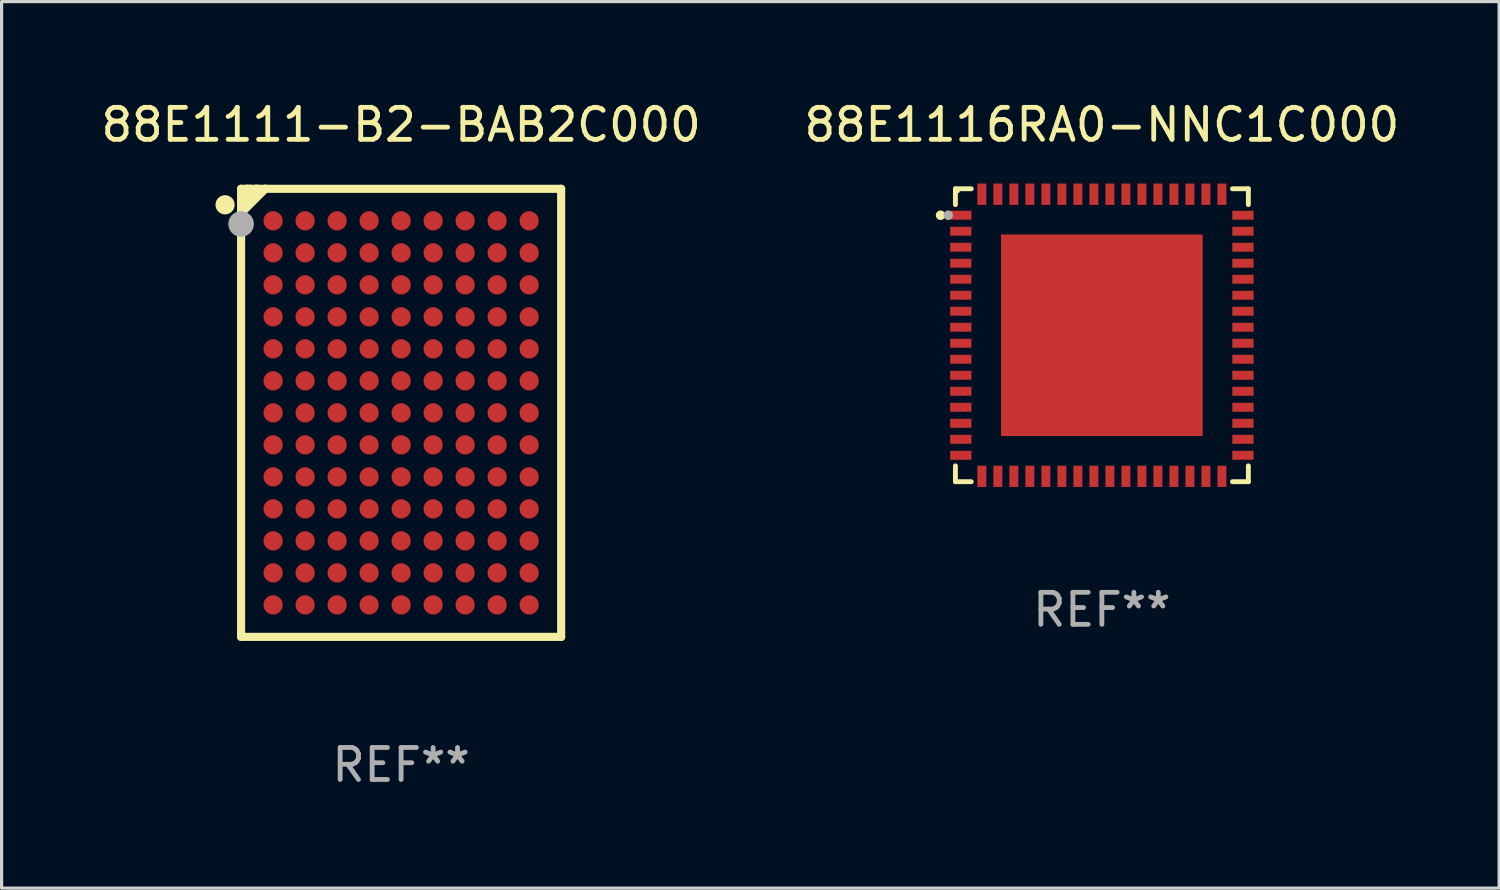
<source format=kicad_pcb>
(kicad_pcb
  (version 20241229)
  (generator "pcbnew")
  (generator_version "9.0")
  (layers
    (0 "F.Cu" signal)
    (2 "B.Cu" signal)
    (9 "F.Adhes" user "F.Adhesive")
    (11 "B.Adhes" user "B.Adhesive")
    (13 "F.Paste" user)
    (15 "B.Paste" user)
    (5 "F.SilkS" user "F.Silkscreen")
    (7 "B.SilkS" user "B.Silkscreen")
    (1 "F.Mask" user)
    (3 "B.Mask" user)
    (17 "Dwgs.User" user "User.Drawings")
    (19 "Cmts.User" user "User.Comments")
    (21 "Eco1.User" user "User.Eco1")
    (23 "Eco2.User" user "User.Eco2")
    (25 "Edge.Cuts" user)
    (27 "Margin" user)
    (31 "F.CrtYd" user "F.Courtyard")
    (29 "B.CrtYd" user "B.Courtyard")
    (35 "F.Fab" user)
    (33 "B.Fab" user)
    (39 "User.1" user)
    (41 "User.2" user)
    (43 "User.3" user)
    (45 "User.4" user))
  (footprint "88E1116RA0-NNC1C000"
    (layer "F.Cu")
    (at 31.375 7.424)
    (property "Reference" "88E1116RA0-NNC1C000" (at 0 -6.576 0) (layer "F.SilkS") (effects (font (size 1 1) (thickness 0.15))))
    (attr through_hole)
    (fp_line (start -4.576 -4.576) (end -4.576 -4.081) (stroke (width 0.152) (type solid)) (layer "F.SilkS"))
    (fp_line (start -4.576 4.576) (end -4.576 4.08) (stroke (width 0.152) (type solid)) (layer "F.SilkS"))
    (fp_line (start -4.081 -4.576) (end -4.576 -4.576) (stroke (width 0.152) (type solid)) (layer "F.SilkS"))
    (fp_line (start -4.081 4.576) (end -4.576 4.576) (stroke (width 0.152) (type solid)) (layer "F.SilkS"))
    (fp_line (start 4.08 -4.576) (end 4.576 -4.576) (stroke (width 0.152) (type solid)) (layer "F.SilkS"))
    (fp_line (start 4.08 4.576) (end 4.576 4.576) (stroke (width 0.152) (type solid)) (layer "F.SilkS"))
    (fp_line (start 4.576 -4.576) (end 4.576 -4.081) (stroke (width 0.152) (type solid)) (layer "F.SilkS"))
    (fp_line (start 4.576 4.576) (end 4.576 4.08) (stroke (width 0.152) (type solid)) (layer "F.SilkS"))
    (fp_circle (center -5.04 -3.75) (end -4.965 -3.75) (stroke (width 0.15) (type solid)) (fill no) (layer "F.SilkS"))
    (fp_circle (center -4.5 -4.5) (end -4.47 -4.5) (stroke (width 0.06) (type solid)) (fill no) (layer "F.SilkS"))
    (fp_circle (center -4.8 -3.75) (end -4.725 -3.75) (stroke (width 0.15) (type solid)) (fill no) (layer "F.Fab"))
    (fp_text user "REF**" (at 0 8.576 0) (layer "F.Fab") (effects (font (size 1 1) (thickness 0.15))))
    (pad "1" smd rect (at -4.407 -3.75) (size 0.665 0.28) (layers "F.Cu" "F.Mask" "F.Paste"))
    (pad "2" smd rect (at -4.407 -3.25) (size 0.665 0.28) (layers "F.Cu" "F.Mask" "F.Paste"))
    (pad "3" smd rect (at -4.407 -2.75) (size 0.665 0.28) (layers "F.Cu" "F.Mask" "F.Paste"))
    (pad "4" smd rect (at -4.407 -2.25) (size 0.665 0.28) (layers "F.Cu" "F.Mask" "F.Paste"))
    (pad "5" smd rect (at -4.407 -1.75) (size 0.665 0.28) (layers "F.Cu" "F.Mask" "F.Paste"))
    (pad "6" smd rect (at -4.407 -1.25) (size 0.665 0.28) (layers "F.Cu" "F.Mask" "F.Paste"))
    (pad "7" smd rect (at -4.407 -0.75) (size 0.665 0.28) (layers "F.Cu" "F.Mask" "F.Paste"))
    (pad "8" smd rect (at -4.407 -0.25) (size 0.665 0.28) (layers "F.Cu" "F.Mask" "F.Paste"))
    (pad "9" smd rect (at -4.407 0.25) (size 0.665 0.28) (layers "F.Cu" "F.Mask" "F.Paste"))
    (pad "10" smd rect (at -4.407 0.75) (size 0.665 0.28) (layers "F.Cu" "F.Mask" "F.Paste"))
    (pad "11" smd rect (at -4.407 1.25) (size 0.665 0.28) (layers "F.Cu" "F.Mask" "F.Paste"))
    (pad "12" smd rect (at -4.407 1.75) (size 0.665 0.28) (layers "F.Cu" "F.Mask" "F.Paste"))
    (pad "13" smd rect (at -4.407 2.25) (size 0.665 0.28) (layers "F.Cu" "F.Mask" "F.Paste"))
    (pad "14" smd rect (at -4.407 2.75) (size 0.665 0.28) (layers "F.Cu" "F.Mask" "F.Paste"))
    (pad "15" smd rect (at -4.407 3.25) (size 0.665 0.28) (layers "F.Cu" "F.Mask" "F.Paste"))
    (pad "16" smd rect (at -4.407 3.75) (size 0.665 0.28) (layers "F.Cu" "F.Mask" "F.Paste"))
    (pad "17" smd rect (at -3.75 4.407) (size 0.28 0.665) (layers "F.Cu" "F.Mask" "F.Paste"))
    (pad "18" smd rect (at -3.25 4.407) (size 0.28 0.665) (layers "F.Cu" "F.Mask" "F.Paste"))
    (pad "19" smd rect (at -2.75 4.407) (size 0.28 0.665) (layers "F.Cu" "F.Mask" "F.Paste"))
    (pad "20" smd rect (at -2.25 4.407) (size 0.28 0.665) (layers "F.Cu" "F.Mask" "F.Paste"))
    (pad "21" smd rect (at -1.75 4.407) (size 0.28 0.665) (layers "F.Cu" "F.Mask" "F.Paste"))
    (pad "22" smd rect (at -1.25 4.407) (size 0.28 0.665) (layers "F.Cu" "F.Mask" "F.Paste"))
    (pad "23" smd rect (at -0.75 4.407) (size 0.28 0.665) (layers "F.Cu" "F.Mask" "F.Paste"))
    (pad "24" smd rect (at -0.25 4.407) (size 0.28 0.665) (layers "F.Cu" "F.Mask" "F.Paste"))
    (pad "25" smd rect (at 0.25 4.407) (size 0.28 0.665) (layers "F.Cu" "F.Mask" "F.Paste"))
    (pad "26" smd rect (at 0.75 4.407) (size 0.28 0.665) (layers "F.Cu" "F.Mask" "F.Paste"))
    (pad "27" smd rect (at 1.25 4.407) (size 0.28 0.665) (layers "F.Cu" "F.Mask" "F.Paste"))
    (pad "28" smd rect (at 1.75 4.407) (size 0.28 0.665) (layers "F.Cu" "F.Mask" "F.Paste"))
    (pad "29" smd rect (at 2.25 4.407) (size 0.28 0.665) (layers "F.Cu" "F.Mask" "F.Paste"))
    (pad "30" smd rect (at 2.75 4.407) (size 0.28 0.665) (layers "F.Cu" "F.Mask" "F.Paste"))
    (pad "31" smd rect (at 3.25 4.407) (size 0.28 0.665) (layers "F.Cu" "F.Mask" "F.Paste"))
    (pad "32" smd rect (at 3.75 4.407) (size 0.28 0.665) (layers "F.Cu" "F.Mask" "F.Paste"))
    (pad "33" smd rect (at 4.407 3.75) (size 0.665 0.28) (layers "F.Cu" "F.Mask" "F.Paste"))
    (pad "34" smd rect (at 4.407 3.25) (size 0.665 0.28) (layers "F.Cu" "F.Mask" "F.Paste"))
    (pad "35" smd rect (at 4.407 2.75) (size 0.665 0.28) (layers "F.Cu" "F.Mask" "F.Paste"))
    (pad "36" smd rect (at 4.407 2.25) (size 0.665 0.28) (layers "F.Cu" "F.Mask" "F.Paste"))
    (pad "37" smd rect (at 4.407 1.75) (size 0.665 0.28) (layers "F.Cu" "F.Mask" "F.Paste"))
    (pad "38" smd rect (at 4.407 1.25) (size 0.665 0.28) (layers "F.Cu" "F.Mask" "F.Paste"))
    (pad "39" smd rect (at 4.407 0.75) (size 0.665 0.28) (layers "F.Cu" "F.Mask" "F.Paste"))
    (pad "40" smd rect (at 4.407 0.25) (size 0.665 0.28) (layers "F.Cu" "F.Mask" "F.Paste"))
    (pad "41" smd rect (at 4.407 -0.25) (size 0.665 0.28) (layers "F.Cu" "F.Mask" "F.Paste"))
    (pad "42" smd rect (at 4.407 -0.75) (size 0.665 0.28) (layers "F.Cu" "F.Mask" "F.Paste"))
    (pad "43" smd rect (at 4.407 -1.25) (size 0.665 0.28) (layers "F.Cu" "F.Mask" "F.Paste"))
    (pad "44" smd rect (at 4.407 -1.75) (size 0.665 0.28) (layers "F.Cu" "F.Mask" "F.Paste"))
    (pad "45" smd rect (at 4.407 -2.25) (size 0.665 0.28) (layers "F.Cu" "F.Mask" "F.Paste"))
    (pad "46" smd rect (at 4.407 -2.75) (size 0.665 0.28) (layers "F.Cu" "F.Mask" "F.Paste"))
    (pad "47" smd rect (at 4.407 -3.25) (size 0.665 0.28) (layers "F.Cu" "F.Mask" "F.Paste"))
    (pad "48" smd rect (at 4.407 -3.75) (size 0.665 0.28) (layers "F.Cu" "F.Mask" "F.Paste"))
    (pad "49" smd rect (at 3.75 -4.407) (size 0.28 0.665) (layers "F.Cu" "F.Mask" "F.Paste"))
    (pad "50" smd rect (at 3.25 -4.407) (size 0.28 0.665) (layers "F.Cu" "F.Mask" "F.Paste"))
    (pad "51" smd rect (at 2.75 -4.407) (size 0.28 0.665) (layers "F.Cu" "F.Mask" "F.Paste"))
    (pad "52" smd rect (at 2.25 -4.407) (size 0.28 0.665) (layers "F.Cu" "F.Mask" "F.Paste"))
    (pad "53" smd rect (at 1.75 -4.407) (size 0.28 0.665) (layers "F.Cu" "F.Mask" "F.Paste"))
    (pad "54" smd rect (at 1.25 -4.407) (size 0.28 0.665) (layers "F.Cu" "F.Mask" "F.Paste"))
    (pad "55" smd rect (at 0.75 -4.407) (size 0.28 0.665) (layers "F.Cu" "F.Mask" "F.Paste"))
    (pad "56" smd rect (at 0.25 -4.407) (size 0.28 0.665) (layers "F.Cu" "F.Mask" "F.Paste"))
    (pad "57" smd rect (at -0.25 -4.407) (size 0.28 0.665) (layers "F.Cu" "F.Mask" "F.Paste"))
    (pad "58" smd rect (at -0.75 -4.407) (size 0.28 0.665) (layers "F.Cu" "F.Mask" "F.Paste"))
    (pad "59" smd rect (at -1.25 -4.407) (size 0.28 0.665) (layers "F.Cu" "F.Mask" "F.Paste"))
    (pad "60" smd rect (at -1.75 -4.407) (size 0.28 0.665) (layers "F.Cu" "F.Mask" "F.Paste"))
    (pad "61" smd rect (at -2.25 -4.407) (size 0.28 0.665) (layers "F.Cu" "F.Mask" "F.Paste"))
    (pad "62" smd rect (at -2.75 -4.407) (size 0.28 0.665) (layers "F.Cu" "F.Mask" "F.Paste"))
    (pad "63" smd rect (at -3.25 -4.407) (size 0.28 0.665) (layers "F.Cu" "F.Mask" "F.Paste"))
    (pad "64" smd rect (at -3.75 -4.407) (size 0.28 0.665) (layers "F.Cu" "F.Mask" "F.Paste"))
    (pad "65" smd rect (at -0.000025 0) (size 6.3 6.3) (layers "F.Cu" "F.Mask" "F.Paste")))
  (footprint "88E1111-B2-BAB2C000"
    (layer "F.Cu")
    (at 9.482 9.848)
    (property "Reference" "88E1111-B2-BAB2C000" (at 0 -9 0) (layer "F.SilkS") (effects (font (size 1 1) (thickness 0.15))))
    (attr through_hole)
    (fp_line (start -5 -7) (end -5 7) (stroke (width 0.254) (type solid)) (layer "F.SilkS"))
    (fp_line (start -5 -7) (end 5 -7) (stroke (width 0.254) (type solid)) (layer "F.SilkS"))
    (fp_line (start -5 7) (end 5 7) (stroke (width 0.254) (type solid)) (layer "F.SilkS"))
    (fp_line (start -4.815 -7) (end -5 -6.815) (stroke (width 0.254) (type solid)) (layer "F.SilkS"))
    (fp_line (start -4.698 -7) (end -4.815 -7) (stroke (width 0.254) (type solid)) (layer "F.SilkS"))
    (fp_line (start -4.533 -7) (end -5 -6.533) (stroke (width 0.254) (type solid)) (layer "F.SilkS"))
    (fp_line (start -4.472 -7) (end -4.533 -7) (stroke (width 0.254) (type solid)) (layer "F.SilkS"))
    (fp_line (start -4.241 -7) (end -5 -6.241) (stroke (width 0.254) (type solid)) (layer "F.SilkS"))
    (fp_line (start -4.237 -7) (end -4.241 -7) (stroke (width 0.254) (type solid)) (layer "F.SilkS"))
    (fp_line (start 5 -7) (end 5 7) (stroke (width 0.254) (type solid)) (layer "F.SilkS"))
    (fp_circle (center -5.5 -6.5) (end -5.35 -6.5) (stroke (width 0.3) (type solid)) (fill no) (layer "F.SilkS"))
    (fp_circle (center -4.97 -6.97) (end -4.94 -6.97) (stroke (width 0.06) (type solid)) (fill no) (layer "F.SilkS"))
    (fp_circle (center -5 -5.9) (end -4.8 -5.9) (stroke (width 0.4) (type solid)) (fill no) (layer "F.Fab"))
    (fp_text user "REF**" (at 0 11 0) (layer "F.Fab") (effects (font (size 1 1) (thickness 0.15))))
    (pad "A1" smd circle (at -4 -6) (size 0.6 0.6) (layers "F.Cu" "F.Mask" "F.Paste"))
    (pad "A2" smd circle (at -3 -6) (size 0.6 0.6) (layers "F.Cu" "F.Mask" "F.Paste"))
    (pad "A3" smd circle (at -2 -6) (size 0.6 0.6) (layers "F.Cu" "F.Mask" "F.Paste"))
    (pad "A4" smd circle (at -1 -6) (size 0.6 0.6) (layers "F.Cu" "F.Mask" "F.Paste"))
    (pad "A5" smd circle (at -0.000025 -6) (size 0.6 0.6) (layers "F.Cu" "F.Mask" "F.Paste"))
    (pad "A6" smd circle (at 1 -6) (size 0.6 0.6) (layers "F.Cu" "F.Mask" "F.Paste"))
    (pad "A7" smd circle (at 2 -6) (size 0.6 0.6) (layers "F.Cu" "F.Mask" "F.Paste"))
    (pad "A8" smd circle (at 3 -6) (size 0.6 0.6) (layers "F.Cu" "F.Mask" "F.Paste"))
    (pad "A9" smd circle (at 4 -6) (size 0.6 0.6) (layers "F.Cu" "F.Mask" "F.Paste"))
    (pad "B1" smd circle (at -4 -5) (size 0.6 0.6) (layers "F.Cu" "F.Mask" "F.Paste"))
    (pad "B2" smd circle (at -3 -5) (size 0.6 0.6) (layers "F.Cu" "F.Mask" "F.Paste"))
    (pad "B3" smd circle (at -2 -5) (size 0.6 0.6) (layers "F.Cu" "F.Mask" "F.Paste"))
    (pad "B4" smd circle (at -1 -5) (size 0.6 0.6) (layers "F.Cu" "F.Mask" "F.Paste"))
    (pad "B5" smd circle (at -0.000025 -5) (size 0.6 0.6) (layers "F.Cu" "F.Mask" "F.Paste"))
    (pad "B6" smd circle (at 1 -5) (size 0.6 0.6) (layers "F.Cu" "F.Mask" "F.Paste"))
    (pad "B7" smd circle (at 2 -5) (size 0.6 0.6) (layers "F.Cu" "F.Mask" "F.Paste"))
    (pad "B8" smd circle (at 3 -5) (size 0.6 0.6) (layers "F.Cu" "F.Mask" "F.Paste"))
    (pad "B9" smd circle (at 4 -5) (size 0.6 0.6) (layers "F.Cu" "F.Mask" "F.Paste"))
    (pad "C1" smd circle (at -4 -4) (size 0.6 0.6) (layers "F.Cu" "F.Mask" "F.Paste"))
    (pad "C2" smd circle (at -3 -4) (size 0.6 0.6) (layers "F.Cu" "F.Mask" "F.Paste"))
    (pad "C3" smd circle (at -2 -4) (size 0.6 0.6) (layers "F.Cu" "F.Mask" "F.Paste"))
    (pad "C4" smd circle (at -1 -4) (size 0.6 0.6) (layers "F.Cu" "F.Mask" "F.Paste"))
    (pad "C5" smd circle (at -0.000025 -4) (size 0.6 0.6) (layers "F.Cu" "F.Mask" "F.Paste"))
    (pad "C6" smd circle (at 1 -4) (size 0.6 0.6) (layers "F.Cu" "F.Mask" "F.Paste"))
    (pad "C7" smd circle (at 2 -4) (size 0.6 0.6) (layers "F.Cu" "F.Mask" "F.Paste"))
    (pad "C8" smd circle (at 3 -4) (size 0.6 0.6) (layers "F.Cu" "F.Mask" "F.Paste"))
    (pad "C9" smd circle (at 4 -4) (size 0.6 0.6) (layers "F.Cu" "F.Mask" "F.Paste"))
    (pad "D1" smd circle (at -4 -3) (size 0.6 0.6) (layers "F.Cu" "F.Mask" "F.Paste"))
    (pad "D2" smd circle (at -3 -3) (size 0.6 0.6) (layers "F.Cu" "F.Mask" "F.Paste"))
    (pad "D3" smd circle (at -2 -3) (size 0.6 0.6) (layers "F.Cu" "F.Mask" "F.Paste"))
    (pad "D4" smd circle (at -1 -3) (size 0.6 0.6) (layers "F.Cu" "F.Mask" "F.Paste"))
    (pad "D5" smd circle (at -0.000025 -3) (size 0.6 0.6) (layers "F.Cu" "F.Mask" "F.Paste"))
    (pad "D6" smd circle (at 1 -3) (size 0.6 0.6) (layers "F.Cu" "F.Mask" "F.Paste"))
    (pad "D7" smd circle (at 2 -3) (size 0.6 0.6) (layers "F.Cu" "F.Mask" "F.Paste"))
    (pad "D8" smd circle (at 3 -3) (size 0.6 0.6) (layers "F.Cu" "F.Mask" "F.Paste"))
    (pad "D9" smd circle (at 4 -3) (size 0.6 0.6) (layers "F.Cu" "F.Mask" "F.Paste"))
    (pad "E1" smd circle (at -4 -2) (size 0.6 0.6) (layers "F.Cu" "F.Mask" "F.Paste"))
    (pad "E2" smd circle (at -3 -2) (size 0.6 0.6) (layers "F.Cu" "F.Mask" "F.Paste"))
    (pad "E3" smd circle (at -2 -2) (size 0.6 0.6) (layers "F.Cu" "F.Mask" "F.Paste"))
    (pad "E4" smd circle (at -1 -2) (size 0.6 0.6) (layers "F.Cu" "F.Mask" "F.Paste"))
    (pad "E5" smd circle (at -0.000025 -2) (size 0.6 0.6) (layers "F.Cu" "F.Mask" "F.Paste"))
    (pad "E6" smd circle (at 1 -2) (size 0.6 0.6) (layers "F.Cu" "F.Mask" "F.Paste"))
    (pad "E7" smd circle (at 2 -2) (size 0.6 0.6) (layers "F.Cu" "F.Mask" "F.Paste"))
    (pad "E8" smd circle (at 3 -2) (size 0.6 0.6) (layers "F.Cu" "F.Mask" "F.Paste"))
    (pad "E9" smd circle (at 4 -2) (size 0.6 0.6) (layers "F.Cu" "F.Mask" "F.Paste"))
    (pad "F1" smd circle (at -4 -1) (size 0.6 0.6) (layers "F.Cu" "F.Mask" "F.Paste"))
    (pad "F2" smd circle (at -3 -1) (size 0.6 0.6) (layers "F.Cu" "F.Mask" "F.Paste"))
    (pad "F3" smd circle (at -2 -1) (size 0.6 0.6) (layers "F.Cu" "F.Mask" "F.Paste"))
    (pad "F4" smd circle (at -1 -1) (size 0.6 0.6) (layers "F.Cu" "F.Mask" "F.Paste"))
    (pad "F5" smd circle (at -0.000025 -1) (size 0.6 0.6) (layers "F.Cu" "F.Mask" "F.Paste"))
    (pad "F6" smd circle (at 1 -1) (size 0.6 0.6) (layers "F.Cu" "F.Mask" "F.Paste"))
    (pad "F7" smd circle (at 2 -1) (size 0.6 0.6) (layers "F.Cu" "F.Mask" "F.Paste"))
    (pad "F8" smd circle (at 3 -1) (size 0.6 0.6) (layers "F.Cu" "F.Mask" "F.Paste"))
    (pad "F9" smd circle (at 4 -1) (size 0.6 0.6) (layers "F.Cu" "F.Mask" "F.Paste"))
    (pad "G1" smd circle (at -4 -0.000025) (size 0.6 0.6) (layers "F.Cu" "F.Mask" "F.Paste"))
    (pad "G2" smd circle (at -3 -0.000025) (size 0.6 0.6) (layers "F.Cu" "F.Mask" "F.Paste"))
    (pad "G3" smd circle (at -2 -0.000025) (size 0.6 0.6) (layers "F.Cu" "F.Mask" "F.Paste"))
    (pad "G4" smd circle (at -1 -0.000025) (size 0.6 0.6) (layers "F.Cu" "F.Mask" "F.Paste"))
    (pad "G5" smd circle (at -0.000025 -0.000025) (size 0.6 0.6) (layers "F.Cu" "F.Mask" "F.Paste"))
    (pad "G6" smd circle (at 1 -0.000025) (size 0.6 0.6) (layers "F.Cu" "F.Mask" "F.Paste"))
    (pad "G7" smd circle (at 2 -0.000025) (size 0.6 0.6) (layers "F.Cu" "F.Mask" "F.Paste"))
    (pad "G8" smd circle (at 3 -0.000025) (size 0.6 0.6) (layers "F.Cu" "F.Mask" "F.Paste"))
    (pad "G9" smd circle (at 4 -0.000025) (size 0.6 0.6) (layers "F.Cu" "F.Mask" "F.Paste"))
    (pad "H1" smd circle (at -4 1) (size 0.6 0.6) (layers "F.Cu" "F.Mask" "F.Paste"))
    (pad "H2" smd circle (at -3 1) (size 0.6 0.6) (layers "F.Cu" "F.Mask" "F.Paste"))
    (pad "H3" smd circle (at -2 1) (size 0.6 0.6) (layers "F.Cu" "F.Mask" "F.Paste"))
    (pad "H4" smd circle (at -1 1) (size 0.6 0.6) (layers "F.Cu" "F.Mask" "F.Paste"))
    (pad "H5" smd circle (at -0.000025 1) (size 0.6 0.6) (layers "F.Cu" "F.Mask" "F.Paste"))
    (pad "H6" smd circle (at 1 1) (size 0.6 0.6) (layers "F.Cu" "F.Mask" "F.Paste"))
    (pad "H7" smd circle (at 2 1) (size 0.6 0.6) (layers "F.Cu" "F.Mask" "F.Paste"))
    (pad "H8" smd circle (at 3 1) (size 0.6 0.6) (layers "F.Cu" "F.Mask" "F.Paste"))
    (pad "H9" smd circle (at 4 1) (size 0.6 0.6) (layers "F.Cu" "F.Mask" "F.Paste"))
    (pad "J1" smd circle (at -4 2) (size 0.6 0.6) (layers "F.Cu" "F.Mask" "F.Paste"))
    (pad "J2" smd circle (at -3 2) (size 0.6 0.6) (layers "F.Cu" "F.Mask" "F.Paste"))
    (pad "J3" smd circle (at -2 2) (size 0.6 0.6) (layers "F.Cu" "F.Mask" "F.Paste"))
    (pad "J4" smd circle (at -1 2) (size 0.6 0.6) (layers "F.Cu" "F.Mask" "F.Paste"))
    (pad "J5" smd circle (at -0.000025 2) (size 0.6 0.6) (layers "F.Cu" "F.Mask" "F.Paste"))
    (pad "J6" smd circle (at 1 2) (size 0.6 0.6) (layers "F.Cu" "F.Mask" "F.Paste"))
    (pad "J7" smd circle (at 2 2) (size 0.6 0.6) (layers "F.Cu" "F.Mask" "F.Paste"))
    (pad "J8" smd circle (at 3 2) (size 0.6 0.6) (layers "F.Cu" "F.Mask" "F.Paste"))
    (pad "J9" smd circle (at 4 2) (size 0.6 0.6) (layers "F.Cu" "F.Mask" "F.Paste"))
    (pad "K1" smd circle (at -4 3) (size 0.6 0.6) (layers "F.Cu" "F.Mask" "F.Paste"))
    (pad "K2" smd circle (at -3 3) (size 0.6 0.6) (layers "F.Cu" "F.Mask" "F.Paste"))
    (pad "K3" smd circle (at -2 3) (size 0.6 0.6) (layers "F.Cu" "F.Mask" "F.Paste"))
    (pad "K4" smd circle (at -1 3) (size 0.6 0.6) (layers "F.Cu" "F.Mask" "F.Paste"))
    (pad "K5" smd circle (at -0.000025 3) (size 0.6 0.6) (layers "F.Cu" "F.Mask" "F.Paste"))
    (pad "K6" smd circle (at 1 3) (size 0.6 0.6) (layers "F.Cu" "F.Mask" "F.Paste"))
    (pad "K7" smd circle (at 2 3) (size 0.6 0.6) (layers "F.Cu" "F.Mask" "F.Paste"))
    (pad "K8" smd circle (at 3 3) (size 0.6 0.6) (layers "F.Cu" "F.Mask" "F.Paste"))
    (pad "K9" smd circle (at 4 3) (size 0.6 0.6) (layers "F.Cu" "F.Mask" "F.Paste"))
    (pad "L1" smd circle (at -4 4) (size 0.6 0.6) (layers "F.Cu" "F.Mask" "F.Paste"))
    (pad "L2" smd circle (at -3 4) (size 0.6 0.6) (layers "F.Cu" "F.Mask" "F.Paste"))
    (pad "L3" smd circle (at -2 4) (size 0.6 0.6) (layers "F.Cu" "F.Mask" "F.Paste"))
    (pad "L4" smd circle (at -1 4) (size 0.6 0.6) (layers "F.Cu" "F.Mask" "F.Paste"))
    (pad "L5" smd circle (at -0.000025 4) (size 0.6 0.6) (layers "F.Cu" "F.Mask" "F.Paste"))
    (pad "L6" smd circle (at 1 4) (size 0.6 0.6) (layers "F.Cu" "F.Mask" "F.Paste"))
    (pad "L7" smd circle (at 2 4) (size 0.6 0.6) (layers "F.Cu" "F.Mask" "F.Paste"))
    (pad "L8" smd circle (at 3 4) (size 0.6 0.6) (layers "F.Cu" "F.Mask" "F.Paste"))
    (pad "L9" smd circle (at 4 4) (size 0.6 0.6) (layers "F.Cu" "F.Mask" "F.Paste"))
    (pad "M1" smd circle (at -4 5) (size 0.6 0.6) (layers "F.Cu" "F.Mask" "F.Paste"))
    (pad "M2" smd circle (at -3 5) (size 0.6 0.6) (layers "F.Cu" "F.Mask" "F.Paste"))
    (pad "M3" smd circle (at -2 5) (size 0.6 0.6) (layers "F.Cu" "F.Mask" "F.Paste"))
    (pad "M4" smd circle (at -1 5) (size 0.6 0.6) (layers "F.Cu" "F.Mask" "F.Paste"))
    (pad "M5" smd circle (at -0.000025 5) (size 0.6 0.6) (layers "F.Cu" "F.Mask" "F.Paste"))
    (pad "M6" smd circle (at 1 5) (size 0.6 0.6) (layers "F.Cu" "F.Mask" "F.Paste"))
    (pad "M7" smd circle (at 2 5) (size 0.6 0.6) (layers "F.Cu" "F.Mask" "F.Paste"))
    (pad "M8" smd circle (at 3 5) (size 0.6 0.6) (layers "F.Cu" "F.Mask" "F.Paste"))
    (pad "M9" smd circle (at 4 5) (size 0.6 0.6) (layers "F.Cu" "F.Mask" "F.Paste"))
    (pad "N1" smd circle (at -4 6) (size 0.6 0.6) (layers "F.Cu" "F.Mask" "F.Paste"))
    (pad "N2" smd circle (at -3 6) (size 0.6 0.6) (layers "F.Cu" "F.Mask" "F.Paste"))
    (pad "N3" smd circle (at -2 6) (size 0.6 0.6) (layers "F.Cu" "F.Mask" "F.Paste"))
    (pad "N4" smd circle (at -1 6) (size 0.6 0.6) (layers "F.Cu" "F.Mask" "F.Paste"))
    (pad "N5" smd circle (at -0.000025 6) (size 0.6 0.6) (layers "F.Cu" "F.Mask" "F.Paste"))
    (pad "N6" smd circle (at 1 6) (size 0.6 0.6) (layers "F.Cu" "F.Mask" "F.Paste"))
    (pad "N7" smd circle (at 2 6) (size 0.6 0.6) (layers "F.Cu" "F.Mask" "F.Paste"))
    (pad "N8" smd circle (at 3 6) (size 0.6 0.6) (layers "F.Cu" "F.Mask" "F.Paste"))
    (pad "N9" smd circle (at 4 6) (size 0.6 0.6) (layers "F.Cu" "F.Mask" "F.Paste")))
  (gr_rect
    (start -3 -3)
    (end 43.786 24.697)
    (stroke (width 0.1) (type default))
    (fill no)
    (layer "Edge.Cuts")))
</source>
